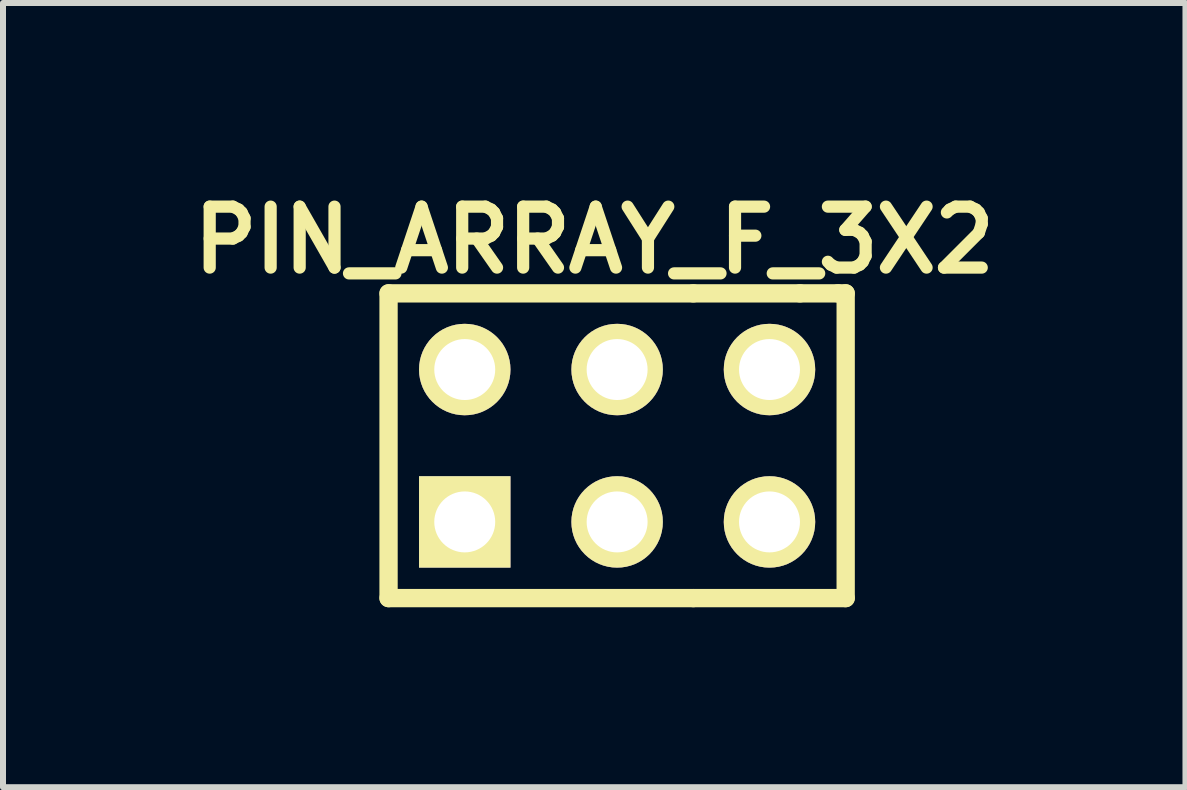
<source format=kicad_pcb>
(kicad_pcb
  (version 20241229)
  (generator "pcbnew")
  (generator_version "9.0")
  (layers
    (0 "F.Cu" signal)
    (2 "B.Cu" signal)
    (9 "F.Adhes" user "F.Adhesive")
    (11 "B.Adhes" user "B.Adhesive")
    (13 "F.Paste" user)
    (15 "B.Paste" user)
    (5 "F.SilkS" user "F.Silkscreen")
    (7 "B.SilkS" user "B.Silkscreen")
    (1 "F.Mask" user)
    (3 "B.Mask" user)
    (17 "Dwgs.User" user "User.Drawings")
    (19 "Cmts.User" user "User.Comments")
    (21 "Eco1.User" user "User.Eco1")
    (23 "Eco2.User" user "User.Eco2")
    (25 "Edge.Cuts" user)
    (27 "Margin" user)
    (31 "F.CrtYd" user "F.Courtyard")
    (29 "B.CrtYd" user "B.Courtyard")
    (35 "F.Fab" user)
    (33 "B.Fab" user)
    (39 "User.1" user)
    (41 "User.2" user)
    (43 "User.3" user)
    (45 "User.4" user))
  (footprint "PIN_ARRAY_F_3X2"
    (layer "F.Cu")
    (at 7.237 4.38)
    (property "Reference" "PIN_ARRAY_F_3X2" (at -0.381 -3.429 0) (layer "F.SilkS") (effects (font (size 1.016 1.016) (thickness 0.203))))
    (attr through_hole)
    (fp_line (start -3.81 -2.54) (end 1.27 -2.54) (stroke (width 0.305) (type solid)) (layer "F.SilkS"))
    (fp_line (start -3.81 2.54) (end -3.81 -2.54) (stroke (width 0.305) (type solid)) (layer "F.SilkS"))
    (fp_line (start 1.27 -2.54) (end 3.048 -2.54) (stroke (width 0.305) (type solid)) (layer "F.SilkS"))
    (fp_line (start 1.27 2.54) (end -3.81 2.54) (stroke (width 0.305) (type solid)) (layer "F.SilkS"))
    (fp_line (start 3.048 -2.54) (end 3.683 -2.54) (stroke (width 0.305) (type solid)) (layer "F.SilkS"))
    (fp_line (start 3.683 -2.54) (end 3.81 -2.54) (stroke (width 0.305) (type solid)) (layer "F.SilkS"))
    (fp_line (start 3.81 -2.54) (end 3.81 2.54) (stroke (width 0.305) (type solid)) (layer "F.SilkS"))
    (fp_line (start 3.81 2.54) (end 1.27 2.54) (stroke (width 0.305) (type solid)) (layer "F.SilkS"))
    (pad "1" thru_hole circle (at -2.54 -1.27) (size 1.524 1.524) (drill 1.016) (layers "*.Cu" "*.Mask" "F.SilkS"))
    (pad "2" thru_hole rect (at -2.54 1.27) (size 1.524 1.524) (drill 1.016) (layers "*.Cu" "*.Mask" "F.SilkS"))
    (pad "3" thru_hole circle (at 0 -1.27) (size 1.524 1.524) (drill 1.016) (layers "*.Cu" "*.Mask" "F.SilkS"))
    (pad "4" thru_hole circle (at 0 1.27) (size 1.524 1.524) (drill 1.016) (layers "*.Cu" "*.Mask" "F.SilkS"))
    (pad "5" thru_hole circle (at 2.54 -1.27) (size 1.524 1.524) (drill 1.016) (layers "*.Cu" "*.Mask" "F.SilkS"))
    (pad "6" thru_hole circle (at 2.54 1.27) (size 1.524 1.524) (drill 1.016) (layers "*.Cu" "*.Mask" "F.SilkS")))
  (gr_rect
    (start -3 -3)
    (end 16.711 10.072)
    (stroke (width 0.1) (type default))
    (fill no)
    (layer "Edge.Cuts")))
</source>
